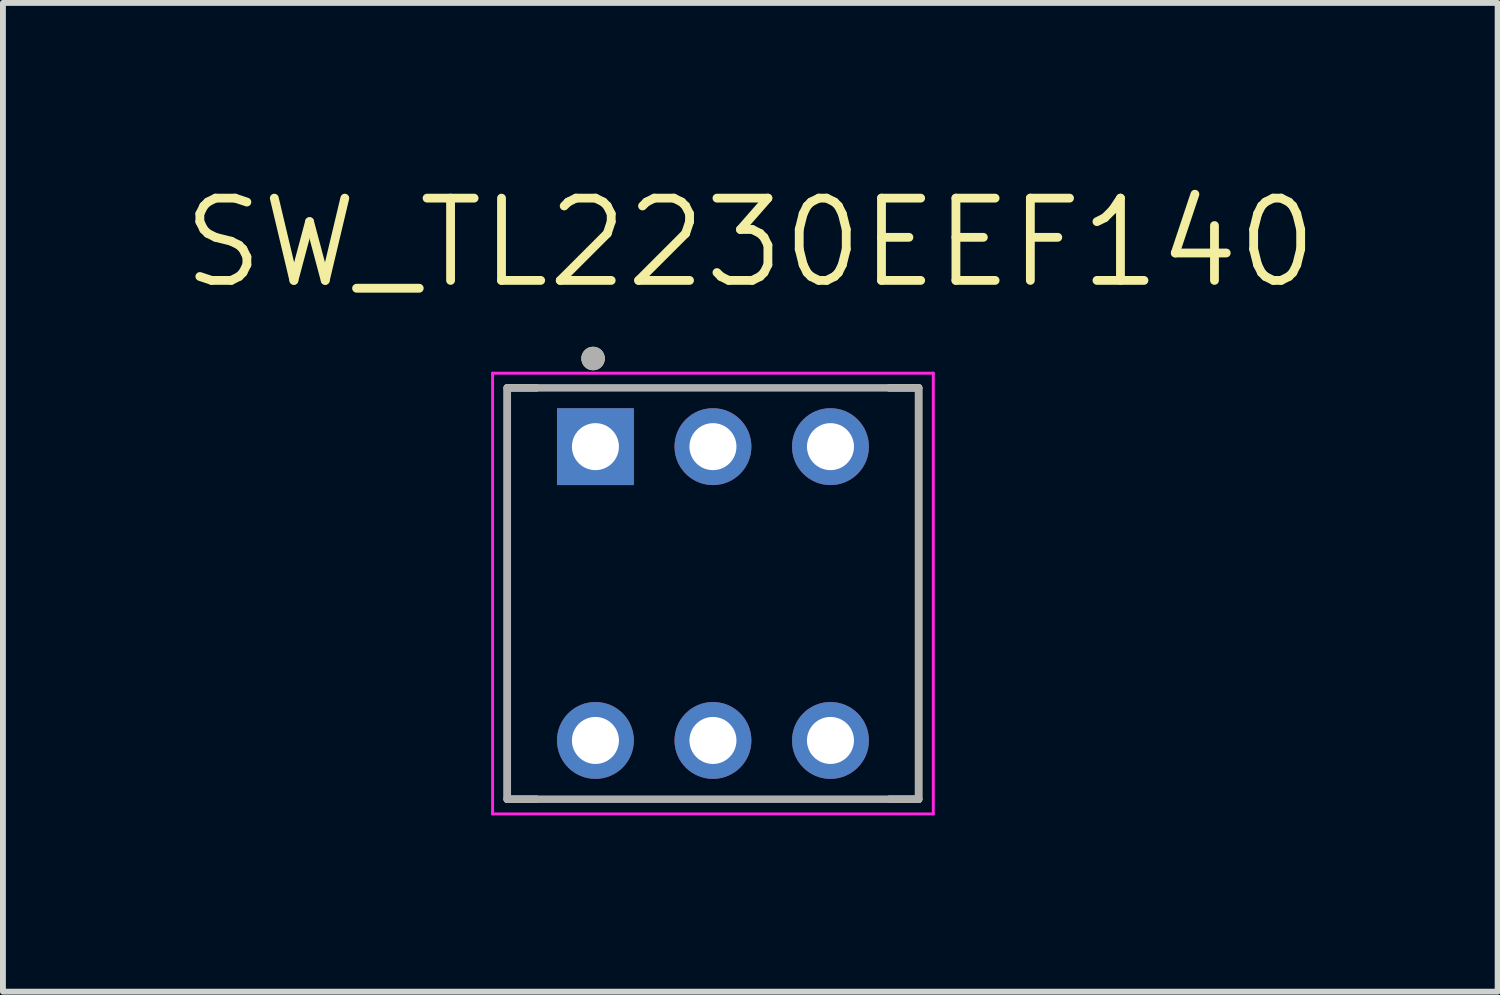
<source format=kicad_pcb>
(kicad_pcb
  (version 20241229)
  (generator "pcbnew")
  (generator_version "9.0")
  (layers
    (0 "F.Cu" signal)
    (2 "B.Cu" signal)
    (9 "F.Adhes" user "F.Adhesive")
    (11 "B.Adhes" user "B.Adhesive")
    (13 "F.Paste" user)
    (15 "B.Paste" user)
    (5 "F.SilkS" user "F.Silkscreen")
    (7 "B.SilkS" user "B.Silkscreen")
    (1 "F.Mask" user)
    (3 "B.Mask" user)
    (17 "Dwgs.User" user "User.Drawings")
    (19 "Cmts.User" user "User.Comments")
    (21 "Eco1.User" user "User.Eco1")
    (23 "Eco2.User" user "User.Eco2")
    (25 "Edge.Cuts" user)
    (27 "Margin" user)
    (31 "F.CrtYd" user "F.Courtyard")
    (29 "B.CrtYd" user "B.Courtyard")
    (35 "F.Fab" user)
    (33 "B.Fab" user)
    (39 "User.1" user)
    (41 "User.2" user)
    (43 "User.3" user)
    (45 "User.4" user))
  (footprint "SW_TL2230EEF140"
    (layer "F.Cu")
    (at 9.083 7.051)
    (property "Reference" "SW_TL2230EEF140" (at 0.635 -5.969 0) (layer "F.SilkS") (effects (font (size 1.4 1.4) (thickness 0.15))))
    (attr through_hole)
    (fp_line (start -3.5 -3.5) (end -3 -3.5) (stroke (width 0.127) (type solid)) (layer "F.SilkS"))
    (fp_line (start -3.5 3.5) (end -3.5 -3.5) (stroke (width 0.127) (type solid)) (layer "F.SilkS"))
    (fp_line (start -3.5 3.5) (end -3 3.5) (stroke (width 0.127) (type solid)) (layer "F.SilkS"))
    (fp_line (start 3 -3.5) (end 3.5 -3.5) (stroke (width 0.127) (type solid)) (layer "F.SilkS"))
    (fp_line (start 3 3.5) (end 3.5 3.5) (stroke (width 0.127) (type solid)) (layer "F.SilkS"))
    (fp_line (start 3.5 -3.5) (end 3.5 3.5) (stroke (width 0.127) (type solid)) (layer "F.SilkS"))
    (fp_circle (center -2.04 -4) (end -1.94 -4) (stroke (width 0.2) (type solid)) (fill no) (layer "F.SilkS"))
    (fp_line (start -3.75 -3.75) (end 3.75 -3.75) (stroke (width 0.05) (type solid)) (layer "F.CrtYd"))
    (fp_line (start -3.75 3.75) (end -3.75 -3.75) (stroke (width 0.05) (type solid)) (layer "F.CrtYd"))
    (fp_line (start 3.75 -3.75) (end 3.75 3.75) (stroke (width 0.05) (type solid)) (layer "F.CrtYd"))
    (fp_line (start 3.75 3.75) (end -3.75 3.75) (stroke (width 0.05) (type solid)) (layer "F.CrtYd"))
    (fp_line (start -3.5 -3.5) (end 3.5 -3.5) (stroke (width 0.127) (type solid)) (layer "F.Fab"))
    (fp_line (start -3.5 3.5) (end -3.5 -3.5) (stroke (width 0.127) (type solid)) (layer "F.Fab"))
    (fp_line (start 3.5 -3.5) (end 3.5 3.5) (stroke (width 0.127) (type solid)) (layer "F.Fab"))
    (fp_line (start 3.5 3.5) (end -3.5 3.5) (stroke (width 0.127) (type solid)) (layer "F.Fab"))
    (fp_circle (center -2.04 -4) (end -1.94 -4) (stroke (width 0.2) (type solid)) (fill no) (layer "F.Fab"))
    (pad "1" thru_hole rect (at -2 -2.5) (size 1.308 1.308) (drill 0.8) (layers "*.Cu" "*.Mask"))
    (pad "2" thru_hole circle (at 0 -2.5) (size 1.308 1.308) (drill 0.8) (layers "*.Cu" "*.Mask"))
    (pad "3" thru_hole circle (at 2 -2.5) (size 1.308 1.308) (drill 0.8) (layers "*.Cu" "*.Mask"))
    (pad "4" thru_hole circle (at -2 2.5) (size 1.308 1.308) (drill 0.8) (layers "*.Cu" "*.Mask"))
    (pad "5" thru_hole circle (at 0 2.5) (size 1.308 1.308) (drill 0.8) (layers "*.Cu" "*.Mask"))
    (pad "6" thru_hole circle (at 2 2.5) (size 1.308 1.308) (drill 0.8) (layers "*.Cu" "*.Mask")))
  (gr_rect
    (start -3 -3)
    (end 22.437 13.826)
    (stroke (width 0.1) (type default))
    (fill no)
    (layer "Edge.Cuts")))
</source>
